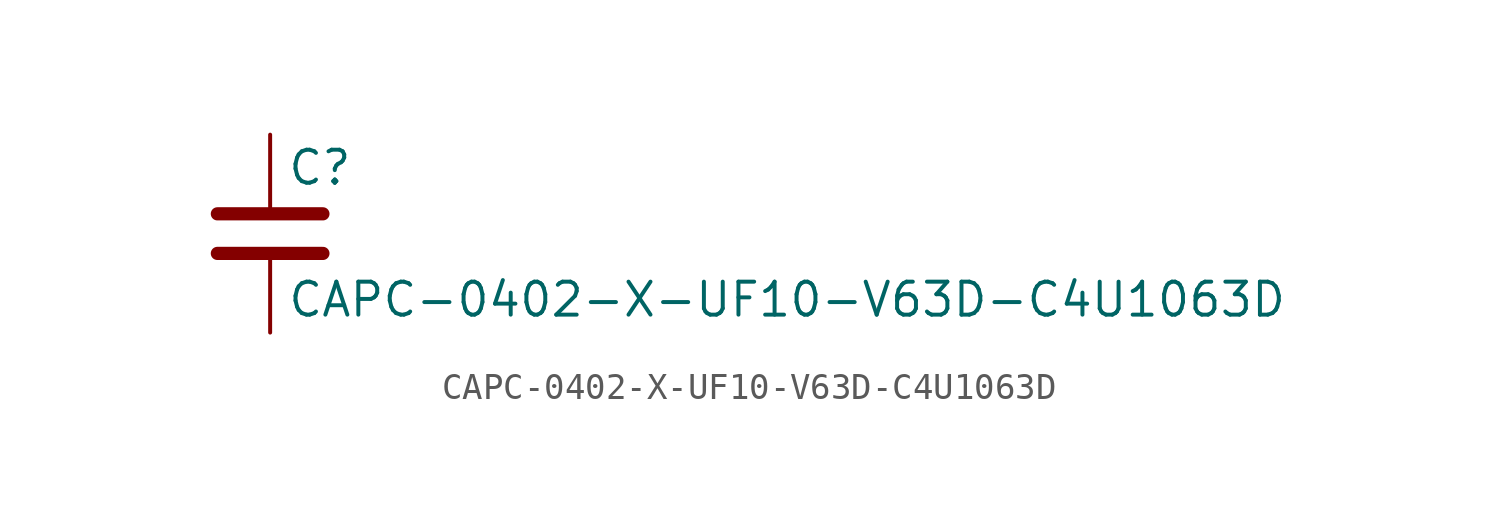
<source format=kicad_sym>
(kicad_symbol_lib
  (version 20211014)
  (generator kicad_symbol_editor)
  (symbol "CAPC-0402-X-UF10-V63D-C4U1063D"
    (pin_numbers hide)
    (pin_names
      (offset 0.254))
    (property "Reference" "C"
      (at 0.635 2.54 0)
      (effects (font (size 1.27 1.27)) (justify left)))
    (property "Value" "CAPC-0402-X-UF10-V63D-C4U1063D"
      (at 0.635 -2.54 0)
      (effects (font (size 1.27 1.27)) (justify left)))
    (symbol "CAPC-0402-X-UF10-V63D-C4U1063D_0_1"
      (polyline (pts (xy -2.032 -0.762) (xy 2.032 -0.762)) (stroke (width 0.508) (type default) (color 0 0 0 0)) (fill (type none)))
      (polyline (pts (xy -2.032 0.762) (xy 2.032 0.762)) (stroke (width 0.508) (type default) (color 0 0 0 0)) (fill (type none))))
    (symbol "CAPC-0402-X-UF10-V63D-C4U1063D_1_1"
      (pin passive line (at 0 3.81 270) (length 2.794) (name "~" (effects (font (size 1.27 1.27)))) (number "1" (effects (font (size 1.27 1.27)))))
      (pin passive line (at 0 -3.81 90) (length 2.794) (name "~" (effects (font (size 1.27 1.27)))) (number "2" (effects (font (size 1.27 1.27))))))))
</source>
